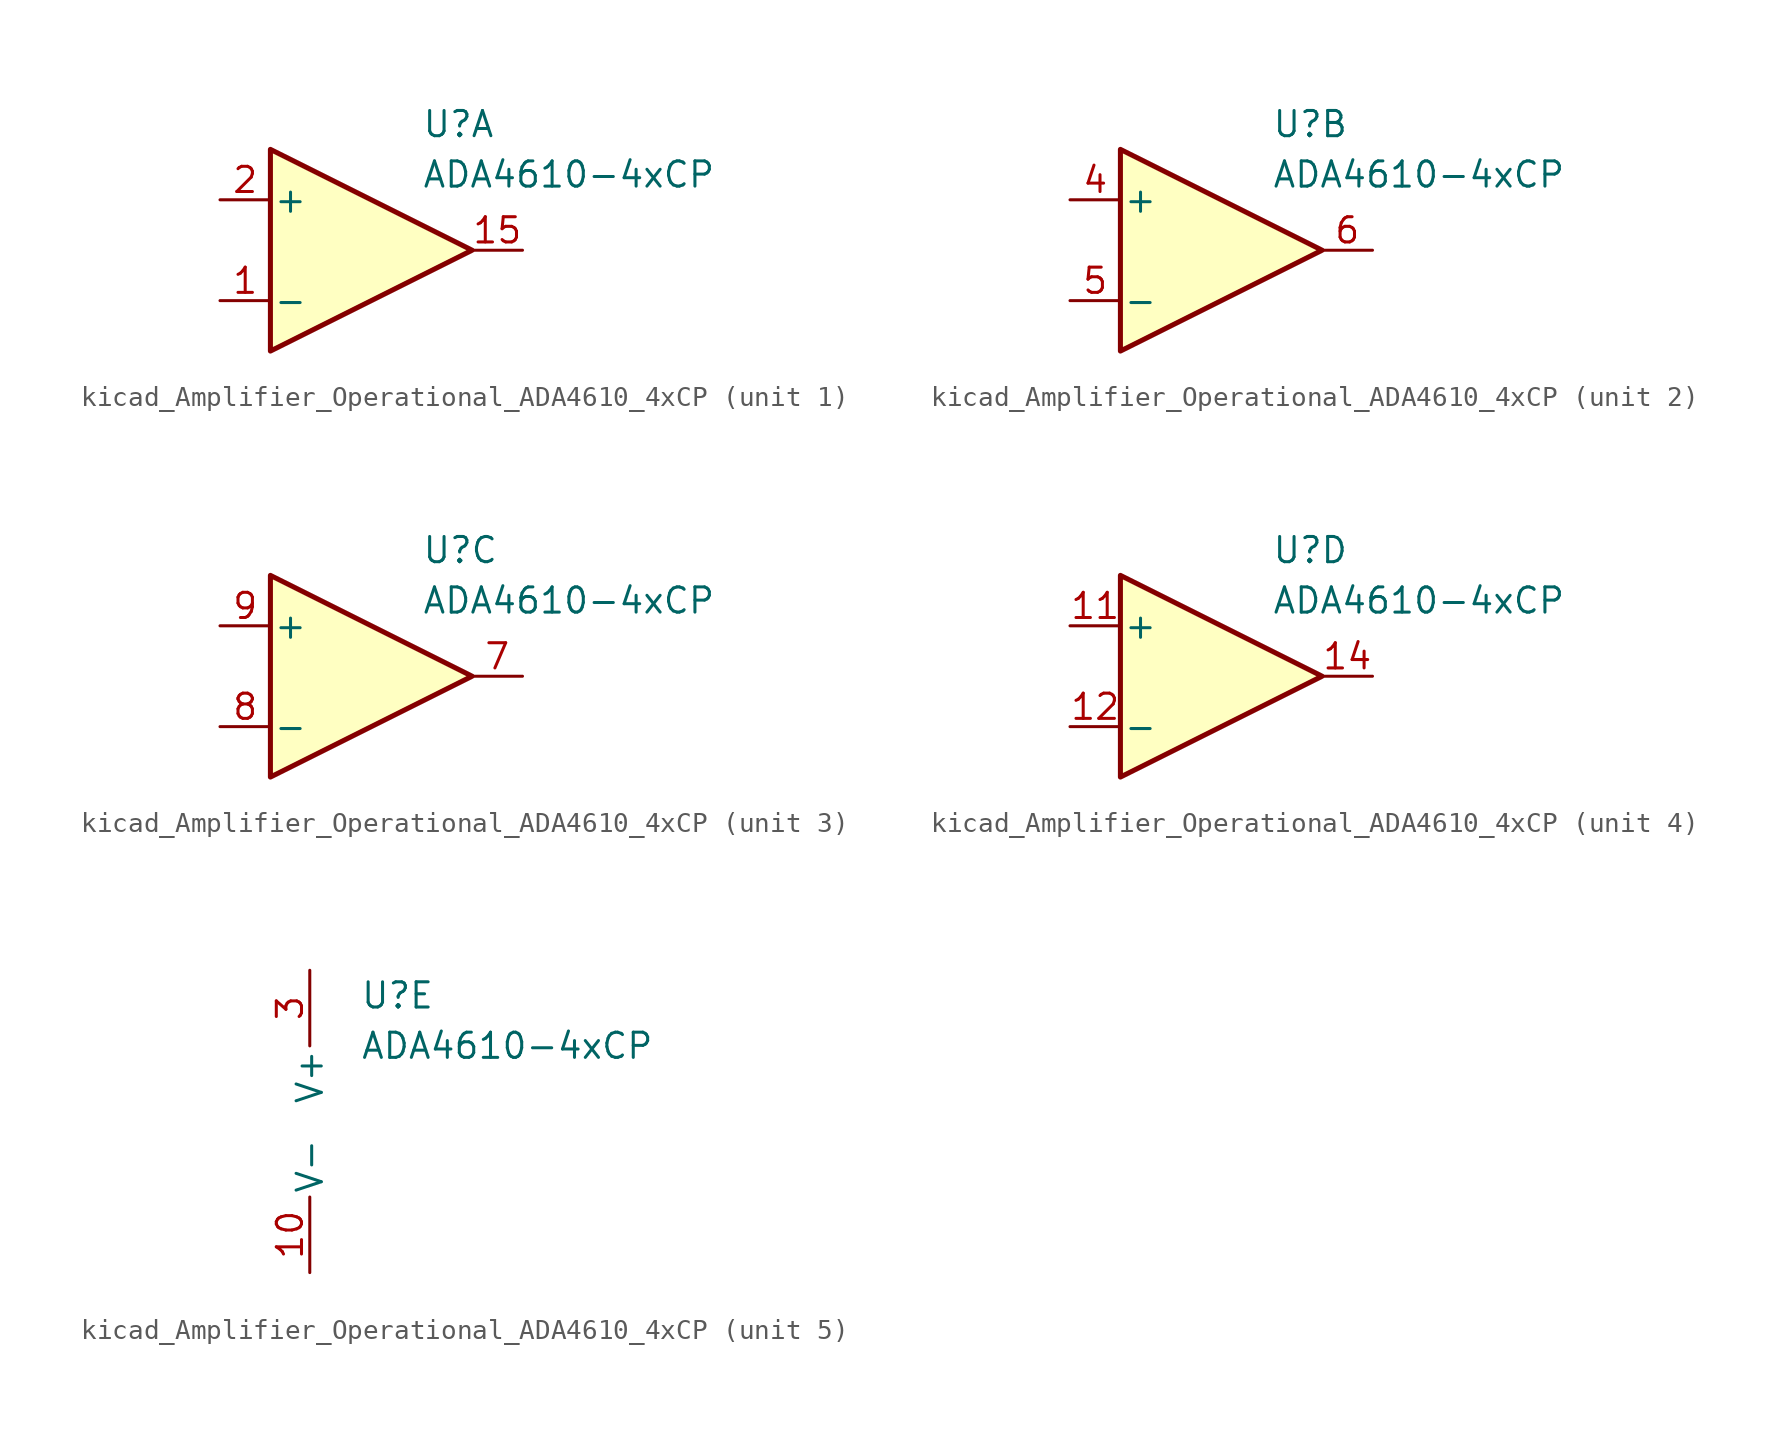
<source format=kicad_sym>
(kicad_symbol_lib
  (version 20220914)
  (generator kicad_symbol_editor)
  (symbol "kicad_Amplifier_Operational_ADA4610_4xCP"
    (pin_names
      (offset 0.127))
    (property "Reference" "U"
      (at 2.54 6.35 0)
      (effects (font (size 1.27 1.27)) (justify left)))
    (property "Value" "ADA4610-4xCP"
      (at 2.54 3.81 0)
      (effects (font (size 1.27 1.27)) (justify left)))
    (property "ki_locked" ""
      (at 0 0 0)
      (effects (font (size 1.27 1.27))))
    (symbol "kicad_Amplifier_Operational_ADA4610_4xCP_1_1"
      (polyline (pts (xy 5.08 0) (xy -5.08 5.08) (xy -5.08 -5.08) (xy 5.08 0)) (stroke (width 0.254) (type default)) (fill (type background)))
      (pin input line (at -7.62 -2.54 0) (length 2.54) (name "-" (effects (font (size 1.27 1.27)))) (number "1" (effects (font (size 1.27 1.27)))))
      (pin no_connect line (at 0 2.54 270) (length 2.54) hide (name "NIC" (effects (font (size 1.27 1.27)))) (number "13" (effects (font (size 1.27 1.27)))))
      (pin output line (at 7.62 0 180) (length 2.54) (name "~" (effects (font (size 1.27 1.27)))) (number "15" (effects (font (size 1.27 1.27)))))
      (pin no_connect line (at 0 -2.54 90) (length 2.54) hide (name "NIC" (effects (font (size 1.27 1.27)))) (number "16" (effects (font (size 1.27 1.27)))))
      (pin input line (at -7.62 2.54 0) (length 2.54) (name "+" (effects (font (size 1.27 1.27)))) (number "2" (effects (font (size 1.27 1.27))))))
    (symbol "kicad_Amplifier_Operational_ADA4610_4xCP_2_1"
      (polyline (pts (xy -5.08 5.08) (xy -5.08 -5.08) (xy 5.08 0) (xy -5.08 5.08)) (stroke (width 0.254) (type default)) (fill (type background)))
      (pin input line (at -7.62 2.54 0) (length 2.54) (name "+" (effects (font (size 1.27 1.27)))) (number "4" (effects (font (size 1.27 1.27)))))
      (pin input line (at -7.62 -2.54 0) (length 2.54) (name "-" (effects (font (size 1.27 1.27)))) (number "5" (effects (font (size 1.27 1.27)))))
      (pin output line (at 7.62 0 180) (length 2.54) (name "~" (effects (font (size 1.27 1.27)))) (number "6" (effects (font (size 1.27 1.27))))))
    (symbol "kicad_Amplifier_Operational_ADA4610_4xCP_3_1"
      (polyline (pts (xy 5.08 0) (xy -5.08 5.08) (xy -5.08 -5.08) (xy 5.08 0)) (stroke (width 0.254) (type default)) (fill (type background)))
      (pin output line (at 7.62 0 180) (length 2.54) (name "~" (effects (font (size 1.27 1.27)))) (number "7" (effects (font (size 1.27 1.27)))))
      (pin input line (at -7.62 -2.54 0) (length 2.54) (name "-" (effects (font (size 1.27 1.27)))) (number "8" (effects (font (size 1.27 1.27)))))
      (pin input line (at -7.62 2.54 0) (length 2.54) (name "+" (effects (font (size 1.27 1.27)))) (number "9" (effects (font (size 1.27 1.27))))))
    (symbol "kicad_Amplifier_Operational_ADA4610_4xCP_4_1"
      (polyline (pts (xy -5.08 5.08) (xy 5.08 0) (xy -5.08 -5.08) (xy -5.08 5.08)) (stroke (width 0.254) (type default)) (fill (type background)))
      (pin input line (at -7.62 2.54 0) (length 2.54) (name "+" (effects (font (size 1.27 1.27)))) (number "11" (effects (font (size 1.27 1.27)))))
      (pin input line (at -7.62 -2.54 0) (length 2.54) (name "-" (effects (font (size 1.27 1.27)))) (number "12" (effects (font (size 1.27 1.27)))))
      (pin output line (at 7.62 0 180) (length 2.54) (name "~" (effects (font (size 1.27 1.27)))) (number "14" (effects (font (size 1.27 1.27))))))
    (symbol "kicad_Amplifier_Operational_ADA4610_4xCP_5_1"
      (pin power_in line (at 0 -7.62 90) (length 3.81) (name "V-" (effects (font (size 1.27 1.27)))) (number "10" (effects (font (size 1.27 1.27)))))
      (pin passive line (at 0 -7.62 90) (length 3.81) hide (name "V-" (effects (font (size 1.27 1.27)))) (number "17" (effects (font (size 1.27 1.27)))))
      (pin power_in line (at 0 7.62 270) (length 3.81) (name "V+" (effects (font (size 1.27 1.27)))) (number "3" (effects (font (size 1.27 1.27))))))))
</source>
